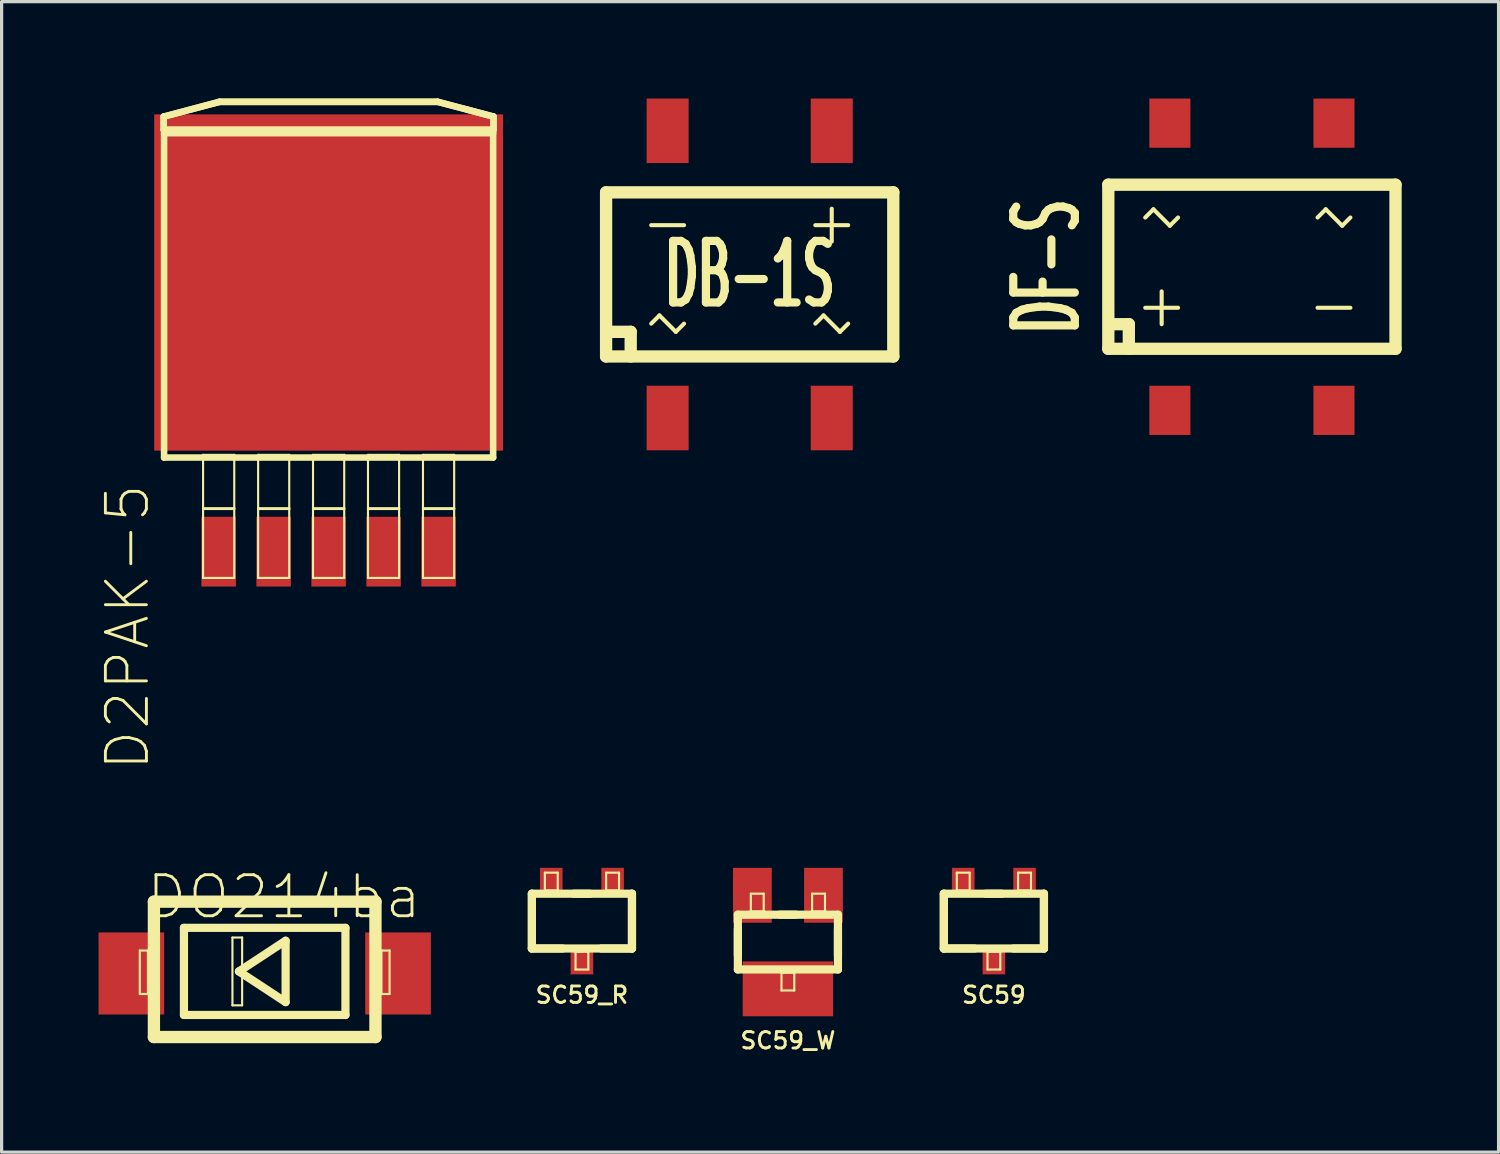
<source format=kicad_pcb>
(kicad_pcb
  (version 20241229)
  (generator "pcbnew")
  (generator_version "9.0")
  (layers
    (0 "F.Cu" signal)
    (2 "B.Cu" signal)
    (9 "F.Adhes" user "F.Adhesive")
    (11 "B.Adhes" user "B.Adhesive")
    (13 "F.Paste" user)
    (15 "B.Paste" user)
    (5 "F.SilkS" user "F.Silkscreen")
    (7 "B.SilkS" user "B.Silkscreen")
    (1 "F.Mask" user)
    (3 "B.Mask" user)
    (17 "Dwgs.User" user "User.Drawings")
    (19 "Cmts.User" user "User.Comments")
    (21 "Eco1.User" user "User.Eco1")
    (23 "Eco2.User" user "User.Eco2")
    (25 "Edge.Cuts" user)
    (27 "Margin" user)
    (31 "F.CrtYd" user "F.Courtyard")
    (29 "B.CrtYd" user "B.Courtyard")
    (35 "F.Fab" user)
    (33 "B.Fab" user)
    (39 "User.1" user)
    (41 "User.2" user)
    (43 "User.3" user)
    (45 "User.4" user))
  (footprint "SC59_W"
    (layer "F.Cu")
    (at 21.339 26.111)
    (property "Reference" "SC59_W" (at 0 3.048 0) (layer "F.SilkS") (effects (font (size 0.508 0.508) (thickness 0.089))))
    (attr smd)
    (fp_line (start -1.549 -0.848) (end -1.549 0.848) (stroke (width 0.254) (type solid)) (layer "F.SilkS"))
    (fp_line (start -1.549 -0.399) (end -1.549 0.399) (stroke (width 0.254) (type solid)) (layer "F.SilkS"))
    (fp_line (start -1.549 0.848) (end 1.549 0.848) (stroke (width 0.254) (type solid)) (layer "F.SilkS"))
    (fp_line (start -1.148 -1.499) (end -1.148 -0.95) (stroke (width 0.066) (type solid)) (layer "F.SilkS"))
    (fp_line (start -1.148 -1.499) (end -0.749 -1.499) (stroke (width 0.066) (type solid)) (layer "F.SilkS"))
    (fp_line (start -1.148 -0.95) (end -0.749 -0.95) (stroke (width 0.066) (type solid)) (layer "F.SilkS"))
    (fp_line (start -0.749 -1.499) (end -0.749 -0.95) (stroke (width 0.066) (type solid)) (layer "F.SilkS"))
    (fp_line (start -0.198 0.95) (end -0.198 1.499) (stroke (width 0.066) (type solid)) (layer "F.SilkS"))
    (fp_line (start -0.198 0.95) (end 0.198 0.95) (stroke (width 0.066) (type solid)) (layer "F.SilkS"))
    (fp_line (start -0.198 1.499) (end 0.198 1.499) (stroke (width 0.066) (type solid)) (layer "F.SilkS"))
    (fp_line (start 0.198 0.95) (end 0.198 1.499) (stroke (width 0.066) (type solid)) (layer "F.SilkS"))
    (fp_line (start 0.249 -0.848) (end -0.249 -0.848) (stroke (width 0.254) (type solid)) (layer "F.SilkS"))
    (fp_line (start 0.749 -1.499) (end 0.749 -0.95) (stroke (width 0.066) (type solid)) (layer "F.SilkS"))
    (fp_line (start 0.749 -1.499) (end 1.148 -1.499) (stroke (width 0.066) (type solid)) (layer "F.SilkS"))
    (fp_line (start 0.749 -0.95) (end 1.148 -0.95) (stroke (width 0.066) (type solid)) (layer "F.SilkS"))
    (fp_line (start 1.148 -1.499) (end 1.148 -0.95) (stroke (width 0.066) (type solid)) (layer "F.SilkS"))
    (fp_line (start 1.549 -0.848) (end -1.549 -0.848) (stroke (width 0.254) (type solid)) (layer "F.SilkS"))
    (fp_line (start 1.549 0.399) (end 1.549 -0.399) (stroke (width 0.254) (type solid)) (layer "F.SilkS"))
    (fp_line (start 1.549 0.848) (end 1.549 -0.848) (stroke (width 0.254) (type solid)) (layer "F.SilkS"))
    (pad "1" smd rect (at 1.1 -1.448) (size 1.199 1.699) (layers "F.Cu" "F.Mask" "F.Paste"))
    (pad "2" smd rect (at -1.1 -1.448) (size 1.199 1.699) (layers "F.Cu" "F.Mask" "F.Paste"))
    (pad "3" smd rect (at 0 1.448) (size 2.799 1.699) (layers "F.Cu" "F.Mask" "F.Paste")))
  (footprint "SC59"
    (layer "F.Cu")
    (at 27.715 25.462)
    (property "Reference" "SC59" (at 0 2.286 0) (layer "F.SilkS") (effects (font (size 0.508 0.508) (thickness 0.089))))
    (attr smd)
    (fp_line (start -1.549 -0.848) (end -1.549 0.848) (stroke (width 0.254) (type solid)) (layer "F.SilkS"))
    (fp_line (start -1.549 -0.848) (end -1.549 0.848) (stroke (width 0.254) (type solid)) (layer "F.SilkS"))
    (fp_line (start -1.549 0.848) (end -0.599 0.848) (stroke (width 0.254) (type solid)) (layer "F.SilkS"))
    (fp_line (start -1.549 0.848) (end 1.549 0.848) (stroke (width 0.254) (type solid)) (layer "F.SilkS"))
    (fp_line (start -1.148 -1.499) (end -1.148 -0.95) (stroke (width 0.066) (type solid)) (layer "F.SilkS"))
    (fp_line (start -1.148 -1.499) (end -0.749 -1.499) (stroke (width 0.066) (type solid)) (layer "F.SilkS"))
    (fp_line (start -1.148 -0.95) (end -0.749 -0.95) (stroke (width 0.066) (type solid)) (layer "F.SilkS"))
    (fp_line (start -0.749 -1.499) (end -0.749 -0.95) (stroke (width 0.066) (type solid)) (layer "F.SilkS"))
    (fp_line (start -0.198 0.95) (end -0.198 1.499) (stroke (width 0.066) (type solid)) (layer "F.SilkS"))
    (fp_line (start -0.198 0.95) (end 0.198 0.95) (stroke (width 0.066) (type solid)) (layer "F.SilkS"))
    (fp_line (start -0.198 1.499) (end 0.198 1.499) (stroke (width 0.066) (type solid)) (layer "F.SilkS"))
    (fp_line (start 0.198 0.95) (end 0.198 1.499) (stroke (width 0.066) (type solid)) (layer "F.SilkS"))
    (fp_line (start 0.249 -0.848) (end -0.249 -0.848) (stroke (width 0.254) (type solid)) (layer "F.SilkS"))
    (fp_line (start 0.599 0.848) (end 1.549 0.848) (stroke (width 0.254) (type solid)) (layer "F.SilkS"))
    (fp_line (start 0.749 -1.499) (end 0.749 -0.95) (stroke (width 0.066) (type solid)) (layer "F.SilkS"))
    (fp_line (start 0.749 -1.499) (end 1.148 -1.499) (stroke (width 0.066) (type solid)) (layer "F.SilkS"))
    (fp_line (start 0.749 -0.95) (end 1.148 -0.95) (stroke (width 0.066) (type solid)) (layer "F.SilkS"))
    (fp_line (start 1.148 -1.499) (end 1.148 -0.95) (stroke (width 0.066) (type solid)) (layer "F.SilkS"))
    (fp_line (start 1.549 -0.848) (end -1.549 -0.848) (stroke (width 0.254) (type solid)) (layer "F.SilkS"))
    (fp_line (start 1.549 0.848) (end 1.549 -0.848) (stroke (width 0.254) (type solid)) (layer "F.SilkS"))
    (fp_line (start 1.549 0.848) (end 1.549 -0.848) (stroke (width 0.254) (type solid)) (layer "F.SilkS"))
    (pad "1" smd rect (at 0.95 -1.199) (size 0.699 0.899) (layers "F.Cu" "F.Mask" "F.Paste"))
    (pad "2" smd rect (at -0.95 -1.199) (size 0.699 0.899) (layers "F.Cu" "F.Mask" "F.Paste"))
    (pad "3" smd rect (at 0 1.199) (size 0.699 0.899) (layers "F.Cu" "F.Mask" "F.Paste")))
  (footprint "DO214ba"
    (layer "F.Cu")
    (at 5.207 27.083)
    (property "Reference" "DO214ba" (at 0.533 -2.37 0) (layer "F.SilkS") (effects (font (size 1.27 1.27) (thickness 0.089))))
    (attr smd)
    (fp_line (start -3.929 -0.711) (end -3.678 -0.711) (stroke (width 0.066) (type solid)) (layer "F.SilkS"))
    (fp_line (start -3.929 0.635) (end -3.929 -0.711) (stroke (width 0.066) (type solid)) (layer "F.SilkS"))
    (fp_line (start -3.929 0.635) (end -3.678 0.635) (stroke (width 0.066) (type solid)) (layer "F.SilkS"))
    (fp_line (start -3.678 0.635) (end -3.678 -0.711) (stroke (width 0.066) (type solid)) (layer "F.SilkS"))
    (fp_line (start -3.493 -2.223) (end 3.365 -2.223) (stroke (width 0.381) (type solid)) (layer "F.SilkS"))
    (fp_line (start -3.493 1.968) (end -3.493 -2.223) (stroke (width 0.381) (type solid)) (layer "F.SilkS"))
    (fp_line (start -2.563 -1.412) (end 2.436 -1.412) (stroke (width 0.254) (type solid)) (layer "F.SilkS"))
    (fp_line (start -2.563 1.285) (end -2.563 -1.412) (stroke (width 0.254) (type solid)) (layer "F.SilkS"))
    (fp_line (start -1.062 -1.113) (end -0.762 -1.113) (stroke (width 0.066) (type solid)) (layer "F.SilkS"))
    (fp_line (start -1.062 0.986) (end -1.062 -1.113) (stroke (width 0.066) (type solid)) (layer "F.SilkS"))
    (fp_line (start -1.062 0.986) (end -0.762 0.986) (stroke (width 0.066) (type solid)) (layer "F.SilkS"))
    (fp_line (start -0.861 -0.064) (end 0.584 -1.013) (stroke (width 0.254) (type solid)) (layer "F.SilkS"))
    (fp_line (start -0.762 0.986) (end -0.762 -1.113) (stroke (width 0.066) (type solid)) (layer "F.SilkS"))
    (fp_line (start 0.584 -1.013) (end 0.584 0.886) (stroke (width 0.254) (type solid)) (layer "F.SilkS"))
    (fp_line (start 0.584 0.886) (end -0.861 -0.064) (stroke (width 0.254) (type solid)) (layer "F.SilkS"))
    (fp_line (start 2.436 -1.412) (end 2.436 1.285) (stroke (width 0.254) (type solid)) (layer "F.SilkS"))
    (fp_line (start 2.436 1.285) (end -2.563 1.285) (stroke (width 0.254) (type solid)) (layer "F.SilkS"))
    (fp_line (start 3.365 -2.223) (end 3.365 1.968) (stroke (width 0.381) (type solid)) (layer "F.SilkS"))
    (fp_line (start 3.365 1.968) (end -3.493 1.968) (stroke (width 0.381) (type solid)) (layer "F.SilkS"))
    (fp_line (start 3.551 -0.711) (end 3.802 -0.711) (stroke (width 0.066) (type solid)) (layer "F.SilkS"))
    (fp_line (start 3.551 0.635) (end 3.551 -0.711) (stroke (width 0.066) (type solid)) (layer "F.SilkS"))
    (fp_line (start 3.551 0.635) (end 3.802 0.635) (stroke (width 0.066) (type solid)) (layer "F.SilkS"))
    (fp_line (start 3.802 0.635) (end 3.802 -0.711) (stroke (width 0.066) (type solid)) (layer "F.SilkS"))
    (pad "1" smd rect (at 4.064 0) (size 2.032 2.54) (layers "F.Cu" "F.Mask" "F.Paste"))
    (pad "2" smd rect (at -4.191 0) (size 2.032 2.54) (layers "F.Cu" "F.Mask" "F.Paste")))
  (footprint "SC59_R"
    (layer "F.Cu")
    (at 14.963 25.462)
    (property "Reference" "SC59_R" (at 0 2.286 0) (layer "F.SilkS") (effects (font (size 0.508 0.508) (thickness 0.089))))
    (attr smd)
    (fp_line (start -1.549 -0.848) (end -1.549 0.848) (stroke (width 0.254) (type solid)) (layer "F.SilkS"))
    (fp_line (start -1.549 -0.848) (end -1.549 0.848) (stroke (width 0.254) (type solid)) (layer "F.SilkS"))
    (fp_line (start -1.549 0.848) (end -0.599 0.848) (stroke (width 0.254) (type solid)) (layer "F.SilkS"))
    (fp_line (start -1.549 0.848) (end 1.549 0.848) (stroke (width 0.254) (type solid)) (layer "F.SilkS"))
    (fp_line (start -1.148 -1.499) (end -1.148 -0.95) (stroke (width 0.066) (type solid)) (layer "F.SilkS"))
    (fp_line (start -1.148 -1.499) (end -0.749 -1.499) (stroke (width 0.066) (type solid)) (layer "F.SilkS"))
    (fp_line (start -1.148 -0.95) (end -0.749 -0.95) (stroke (width 0.066) (type solid)) (layer "F.SilkS"))
    (fp_line (start -0.749 -1.499) (end -0.749 -0.95) (stroke (width 0.066) (type solid)) (layer "F.SilkS"))
    (fp_line (start -0.198 0.95) (end -0.198 1.499) (stroke (width 0.066) (type solid)) (layer "F.SilkS"))
    (fp_line (start -0.198 0.95) (end 0.198 0.95) (stroke (width 0.066) (type solid)) (layer "F.SilkS"))
    (fp_line (start -0.198 1.499) (end 0.198 1.499) (stroke (width 0.066) (type solid)) (layer "F.SilkS"))
    (fp_line (start 0.198 0.95) (end 0.198 1.499) (stroke (width 0.066) (type solid)) (layer "F.SilkS"))
    (fp_line (start 0.249 -0.848) (end -0.249 -0.848) (stroke (width 0.254) (type solid)) (layer "F.SilkS"))
    (fp_line (start 0.599 0.848) (end 1.549 0.848) (stroke (width 0.254) (type solid)) (layer "F.SilkS"))
    (fp_line (start 0.749 -1.499) (end 0.749 -0.95) (stroke (width 0.066) (type solid)) (layer "F.SilkS"))
    (fp_line (start 0.749 -1.499) (end 1.148 -1.499) (stroke (width 0.066) (type solid)) (layer "F.SilkS"))
    (fp_line (start 0.749 -0.95) (end 1.148 -0.95) (stroke (width 0.066) (type solid)) (layer "F.SilkS"))
    (fp_line (start 1.148 -1.499) (end 1.148 -0.95) (stroke (width 0.066) (type solid)) (layer "F.SilkS"))
    (fp_line (start 1.549 -0.848) (end -1.549 -0.848) (stroke (width 0.254) (type solid)) (layer "F.SilkS"))
    (fp_line (start 1.549 0.848) (end 1.549 -0.848) (stroke (width 0.254) (type solid)) (layer "F.SilkS"))
    (fp_line (start 1.549 0.848) (end 1.549 -0.848) (stroke (width 0.254) (type solid)) (layer "F.SilkS"))
    (pad "1" smd rect (at 0 1.199) (size 0.699 0.899) (layers "F.Cu" "F.Mask" "F.Paste"))
    (pad "2" smd rect (at -0.95 -1.199) (size 0.699 0.899) (layers "F.Cu" "F.Mask" "F.Paste"))
    (pad "3" smd rect (at 0.95 -1.199) (size 0.699 0.899) (layers "F.Cu" "F.Mask" "F.Paste")))
  (footprint "DF-S"
    (layer "F.Cu")
    (at 35.702 5.207)
    (property "Reference" "DF-S" (at -6.35 0 90) (layer "F.SilkS") (effects (font (size 1.905 1.016) (thickness 0.254))))
    (attr through_hole)
    (fp_line (start -4.445 -2.54) (end 4.445 -2.54) (stroke (width 0.381) (type solid)) (layer "F.SilkS"))
    (fp_line (start -4.445 2.54) (end -4.445 -2.54) (stroke (width 0.381) (type solid)) (layer "F.SilkS"))
    (fp_line (start -4.318 1.778) (end -3.81 1.778) (stroke (width 0.381) (type solid)) (layer "F.SilkS"))
    (fp_line (start -3.81 1.778) (end -3.81 2.54) (stroke (width 0.381) (type solid)) (layer "F.SilkS"))
    (fp_line (start -3.302 -1.524) (end -3.048 -1.778) (stroke (width 0.127) (type solid)) (layer "F.SilkS"))
    (fp_line (start -3.048 -1.778) (end -2.54 -1.27) (stroke (width 0.127) (type solid)) (layer "F.SilkS"))
    (fp_line (start -2.794 0.762) (end -2.794 1.778) (stroke (width 0.127) (type solid)) (layer "F.SilkS"))
    (fp_line (start -2.54 -1.27) (end -2.286 -1.524) (stroke (width 0.127) (type solid)) (layer "F.SilkS"))
    (fp_line (start -2.286 1.27) (end -3.302 1.27) (stroke (width 0.127) (type solid)) (layer "F.SilkS"))
    (fp_line (start 2.032 -1.524) (end 2.286 -1.778) (stroke (width 0.127) (type solid)) (layer "F.SilkS"))
    (fp_line (start 2.032 1.27) (end 3.048 1.27) (stroke (width 0.127) (type solid)) (layer "F.SilkS"))
    (fp_line (start 2.286 -1.778) (end 2.794 -1.27) (stroke (width 0.127) (type solid)) (layer "F.SilkS"))
    (fp_line (start 2.794 -1.27) (end 3.048 -1.524) (stroke (width 0.127) (type solid)) (layer "F.SilkS"))
    (fp_line (start 4.445 -2.54) (end 4.445 2.54) (stroke (width 0.381) (type solid)) (layer "F.SilkS"))
    (fp_line (start 4.445 2.54) (end -4.445 2.54) (stroke (width 0.381) (type solid)) (layer "F.SilkS"))
    (pad "1" smd rect (at -2.54 4.445) (size 1.27 1.524) (layers "F.Cu" "F.Mask" "F.Paste"))
    (pad "2" smd rect (at 2.54 4.445) (size 1.27 1.524) (layers "F.Cu" "F.Mask" "F.Paste"))
    (pad "3" smd rect (at 2.54 -4.445) (size 1.27 1.524) (layers "F.Cu" "F.Mask" "F.Paste"))
    (pad "4" smd rect (at -2.54 -4.445) (size 1.27 1.524) (layers "F.Cu" "F.Mask" "F.Paste")))
  (footprint "DB-1S"
    (layer "F.Cu")
    (at 20.156 5.444)
    (property "Reference" "DB-1S" (at 0 0 0) (layer "F.SilkS") (effects (font (size 1.905 1.016) (thickness 0.254))))
    (attr through_hole)
    (fp_line (start -4.445 -2.54) (end 4.445 -2.54) (stroke (width 0.381) (type solid)) (layer "F.SilkS"))
    (fp_line (start -4.445 2.54) (end -4.445 -2.54) (stroke (width 0.381) (type solid)) (layer "F.SilkS"))
    (fp_line (start -4.318 1.778) (end -3.683 1.778) (stroke (width 0.381) (type solid)) (layer "F.SilkS"))
    (fp_line (start -3.683 1.778) (end -3.683 2.54) (stroke (width 0.381) (type solid)) (layer "F.SilkS"))
    (fp_line (start -3.048 -1.524) (end -2.032 -1.524) (stroke (width 0.127) (type solid)) (layer "F.SilkS"))
    (fp_line (start -3.048 1.524) (end -2.794 1.27) (stroke (width 0.127) (type solid)) (layer "F.SilkS"))
    (fp_line (start -2.794 1.27) (end -2.286 1.778) (stroke (width 0.127) (type solid)) (layer "F.SilkS"))
    (fp_line (start -2.286 1.778) (end -2.032 1.524) (stroke (width 0.127) (type solid)) (layer "F.SilkS"))
    (fp_line (start 2.032 1.524) (end 2.286 1.27) (stroke (width 0.127) (type solid)) (layer "F.SilkS"))
    (fp_line (start 2.286 1.27) (end 2.794 1.778) (stroke (width 0.127) (type solid)) (layer "F.SilkS"))
    (fp_line (start 2.54 -2.032) (end 2.54 -1.016) (stroke (width 0.127) (type solid)) (layer "F.SilkS"))
    (fp_line (start 2.794 1.778) (end 3.048 1.524) (stroke (width 0.127) (type solid)) (layer "F.SilkS"))
    (fp_line (start 3.048 -1.524) (end 2.032 -1.524) (stroke (width 0.127) (type solid)) (layer "F.SilkS"))
    (fp_line (start 4.445 -2.54) (end 4.445 2.54) (stroke (width 0.381) (type solid)) (layer "F.SilkS"))
    (fp_line (start 4.445 2.54) (end -4.445 2.54) (stroke (width 0.381) (type solid)) (layer "F.SilkS"))
    (pad "1" smd rect (at -2.54 4.445) (size 1.3 1.999) (layers "F.Cu" "F.Mask" "F.Paste"))
    (pad "2" smd rect (at 2.54 4.445) (size 1.3 1.999) (layers "F.Cu" "F.Mask" "F.Paste"))
    (pad "3" smd rect (at 2.54 -4.445) (size 1.3 1.999) (layers "F.Cu" "F.Mask" "F.Paste"))
    (pad "4" smd rect (at -2.54 -4.445) (size 1.3 1.999) (layers "F.Cu" "F.Mask" "F.Paste")))
  (footprint "D2PAK-5"
    (layer "F.Cu")
    (at 7.122 13.95)
    (property "Reference" "D2PAK-5" (at -6.223 2.413 90) (layer "F.SilkS") (effects (font (size 1.27 1.27) (thickness 0.089))))
    (attr smd)
    (fp_line (start -5.105 -13.391) (end -3.378 -13.848) (stroke (width 0.203) (type solid)) (layer "F.SilkS"))
    (fp_line (start -5.105 -12.982) (end -5.105 -13.391) (stroke (width 0.203) (type solid)) (layer "F.SilkS"))
    (fp_line (start -5.103 -13.391) (end -3.376 -13.848) (stroke (width 0.203) (type solid)) (layer "F.SilkS"))
    (fp_line (start -5.103 -12.982) (end -5.103 -13.391) (stroke (width 0.203) (type solid)) (layer "F.SilkS"))
    (fp_line (start -5.093 -12.878) (end 5.093 -12.878) (stroke (width 0.203) (type solid)) (layer "F.SilkS"))
    (fp_line (start -5.093 -2.837) (end -5.093 -12.878) (stroke (width 0.203) (type solid)) (layer "F.SilkS"))
    (fp_line (start -3.886 -2.921) (end -2.921 -2.921) (stroke (width 0.066) (type solid)) (layer "F.SilkS"))
    (fp_line (start -3.886 -1.27) (end -2.921 -1.27) (stroke (width 0.066) (type solid)) (layer "F.SilkS"))
    (fp_line (start -3.886 -1.245) (end -3.886 -2.921) (stroke (width 0.066) (type solid)) (layer "F.SilkS"))
    (fp_line (start -3.886 -1.245) (end -2.921 -1.245) (stroke (width 0.066) (type solid)) (layer "F.SilkS"))
    (fp_line (start -3.886 0.889) (end -3.886 -1.27) (stroke (width 0.066) (type solid)) (layer "F.SilkS"))
    (fp_line (start -3.886 0.889) (end -2.921 0.889) (stroke (width 0.066) (type solid)) (layer "F.SilkS"))
    (fp_line (start -3.378 -13.848) (end 3.378 -13.848) (stroke (width 0.203) (type solid)) (layer "F.SilkS"))
    (fp_line (start -3.376 -13.848) (end 3.376 -13.848) (stroke (width 0.203) (type solid)) (layer "F.SilkS"))
    (fp_line (start -2.921 -1.245) (end -2.921 -2.921) (stroke (width 0.066) (type solid)) (layer "F.SilkS"))
    (fp_line (start -2.921 0.889) (end -2.921 -1.27) (stroke (width 0.066) (type solid)) (layer "F.SilkS"))
    (fp_line (start -2.182 -2.921) (end -1.219 -2.921) (stroke (width 0.066) (type solid)) (layer "F.SilkS"))
    (fp_line (start -2.182 -1.27) (end -1.219 -1.27) (stroke (width 0.066) (type solid)) (layer "F.SilkS"))
    (fp_line (start -2.182 -1.245) (end -2.182 -2.921) (stroke (width 0.066) (type solid)) (layer "F.SilkS"))
    (fp_line (start -2.182 -1.245) (end -1.219 -1.245) (stroke (width 0.066) (type solid)) (layer "F.SilkS"))
    (fp_line (start -2.182 0.889) (end -2.182 -1.27) (stroke (width 0.066) (type solid)) (layer "F.SilkS"))
    (fp_line (start -2.182 0.889) (end -1.219 0.889) (stroke (width 0.066) (type solid)) (layer "F.SilkS"))
    (fp_line (start -1.219 -1.245) (end -1.219 -2.921) (stroke (width 0.066) (type solid)) (layer "F.SilkS"))
    (fp_line (start -1.219 0.889) (end -1.219 -1.27) (stroke (width 0.066) (type solid)) (layer "F.SilkS"))
    (fp_line (start -0.483 -2.921) (end 0.483 -2.921) (stroke (width 0.066) (type solid)) (layer "F.SilkS"))
    (fp_line (start -0.483 -1.27) (end 0.483 -1.27) (stroke (width 0.066) (type solid)) (layer "F.SilkS"))
    (fp_line (start -0.483 -1.245) (end -0.483 -2.921) (stroke (width 0.066) (type solid)) (layer "F.SilkS"))
    (fp_line (start -0.483 -1.245) (end 0.483 -1.245) (stroke (width 0.066) (type solid)) (layer "F.SilkS"))
    (fp_line (start -0.483 0.889) (end -0.483 -1.27) (stroke (width 0.066) (type solid)) (layer "F.SilkS"))
    (fp_line (start -0.483 0.889) (end 0.483 0.889) (stroke (width 0.066) (type solid)) (layer "F.SilkS"))
    (fp_line (start 0.483 -1.245) (end 0.483 -2.921) (stroke (width 0.066) (type solid)) (layer "F.SilkS"))
    (fp_line (start 0.483 0.889) (end 0.483 -1.27) (stroke (width 0.066) (type solid)) (layer "F.SilkS"))
    (fp_line (start 1.219 -2.921) (end 2.182 -2.921) (stroke (width 0.066) (type solid)) (layer "F.SilkS"))
    (fp_line (start 1.219 -1.27) (end 2.182 -1.27) (stroke (width 0.066) (type solid)) (layer "F.SilkS"))
    (fp_line (start 1.219 -1.245) (end 1.219 -2.921) (stroke (width 0.066) (type solid)) (layer "F.SilkS"))
    (fp_line (start 1.219 -1.245) (end 2.182 -1.245) (stroke (width 0.066) (type solid)) (layer "F.SilkS"))
    (fp_line (start 1.219 0.889) (end 1.219 -1.27) (stroke (width 0.066) (type solid)) (layer "F.SilkS"))
    (fp_line (start 1.219 0.889) (end 2.182 0.889) (stroke (width 0.066) (type solid)) (layer "F.SilkS"))
    (fp_line (start 2.182 -1.245) (end 2.182 -2.921) (stroke (width 0.066) (type solid)) (layer "F.SilkS"))
    (fp_line (start 2.182 0.889) (end 2.182 -1.27) (stroke (width 0.066) (type solid)) (layer "F.SilkS"))
    (fp_line (start 2.921 -2.921) (end 3.886 -2.921) (stroke (width 0.066) (type solid)) (layer "F.SilkS"))
    (fp_line (start 2.921 -1.27) (end 3.886 -1.27) (stroke (width 0.066) (type solid)) (layer "F.SilkS"))
    (fp_line (start 2.921 -1.245) (end 2.921 -2.921) (stroke (width 0.066) (type solid)) (layer "F.SilkS"))
    (fp_line (start 2.921 -1.245) (end 3.886 -1.245) (stroke (width 0.066) (type solid)) (layer "F.SilkS"))
    (fp_line (start 2.921 0.889) (end 2.921 -1.27) (stroke (width 0.066) (type solid)) (layer "F.SilkS"))
    (fp_line (start 2.921 0.889) (end 3.886 0.889) (stroke (width 0.066) (type solid)) (layer "F.SilkS"))
    (fp_line (start 3.376 -13.848) (end 5.103 -13.391) (stroke (width 0.203) (type solid)) (layer "F.SilkS"))
    (fp_line (start 3.378 -13.848) (end 5.105 -13.391) (stroke (width 0.203) (type solid)) (layer "F.SilkS"))
    (fp_line (start 3.886 -1.245) (end 3.886 -2.921) (stroke (width 0.066) (type solid)) (layer "F.SilkS"))
    (fp_line (start 3.886 0.889) (end 3.886 -1.27) (stroke (width 0.066) (type solid)) (layer "F.SilkS"))
    (fp_line (start 5.093 -12.878) (end 5.093 -2.837) (stroke (width 0.203) (type solid)) (layer "F.SilkS"))
    (fp_line (start 5.093 -2.837) (end -5.093 -2.837) (stroke (width 0.203) (type solid)) (layer "F.SilkS"))
    (fp_line (start 5.103 -13.391) (end 5.103 -12.982) (stroke (width 0.203) (type solid)) (layer "F.SilkS"))
    (fp_line (start 5.103 -12.982) (end -5.103 -12.982) (stroke (width 0.203) (type solid)) (layer "F.SilkS"))
    (fp_line (start 5.105 -13.391) (end 5.105 -12.982) (stroke (width 0.203) (type solid)) (layer "F.SilkS"))
    (fp_line (start 5.105 -12.982) (end -5.105 -12.982) (stroke (width 0.203) (type solid)) (layer "F.SilkS"))
    (pad "1" smd rect (at -3.404 0.076) (size 1.067 2.159) (layers "F.Cu" "F.Mask" "F.Paste"))
    (pad "2" smd rect (at -1.702 0.076) (size 1.067 2.159) (layers "F.Cu" "F.Mask" "F.Paste"))
    (pad "3" smd rect (at 0 0.076) (size 1.067 2.159) (layers "F.Cu" "F.Mask" "F.Paste"))
    (pad "4" smd rect (at 1.702 0.076) (size 1.067 2.159) (layers "F.Cu" "F.Mask" "F.Paste"))
    (pad "5" smd rect (at 3.404 0.076) (size 1.067 2.159) (layers "F.Cu" "F.Mask" "F.Paste"))
    (pad "6" smd rect (at 0 -8.255) (size 10.798 10.409) (layers "F.Cu" "F.Mask" "F.Paste")))
  (gr_rect
    (start -3 -3)
    (end 43.337 32.613)
    (stroke (width 0.1) (type default))
    (fill no)
    (layer "Edge.Cuts")))
</source>
